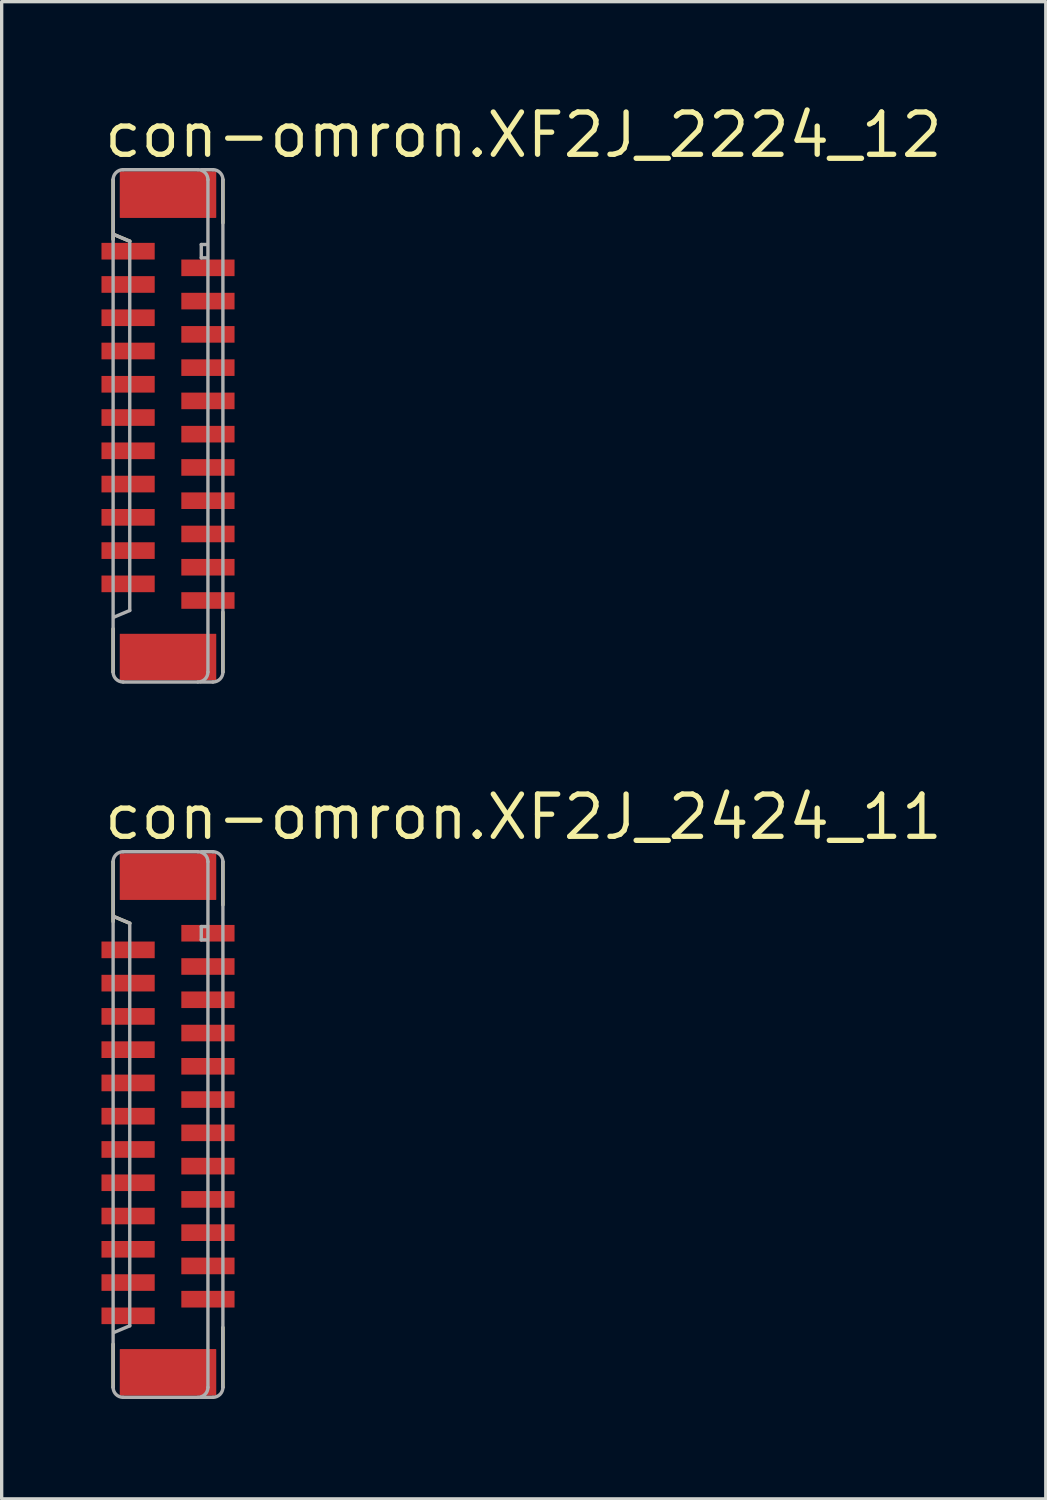
<source format=kicad_pcb>
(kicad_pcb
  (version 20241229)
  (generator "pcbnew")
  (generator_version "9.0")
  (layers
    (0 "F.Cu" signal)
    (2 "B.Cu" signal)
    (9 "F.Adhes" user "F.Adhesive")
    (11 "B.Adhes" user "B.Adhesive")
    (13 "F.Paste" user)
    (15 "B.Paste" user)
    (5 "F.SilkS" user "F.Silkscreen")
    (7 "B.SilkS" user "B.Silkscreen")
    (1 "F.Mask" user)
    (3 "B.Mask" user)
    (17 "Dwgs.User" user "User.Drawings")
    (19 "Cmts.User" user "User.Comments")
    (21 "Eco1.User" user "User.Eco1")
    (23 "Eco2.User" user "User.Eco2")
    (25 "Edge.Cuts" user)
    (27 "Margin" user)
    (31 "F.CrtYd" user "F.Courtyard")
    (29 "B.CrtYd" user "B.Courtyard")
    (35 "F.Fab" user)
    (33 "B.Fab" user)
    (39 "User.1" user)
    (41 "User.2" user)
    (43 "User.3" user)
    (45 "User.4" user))
  (footprint "con-omron.XF2J_2424_11"
    (layer "F.Cu")
    (at 2 30.751)
    (property "Reference" "con-omron.XF2J_2424_11" (at -2 -8.5 0) (layer "F.SilkS") (effects (font (size 1.27 1.27) (thickness 0.16)) (justify left bottom)))
    (attr smd)
    (fp_line (start -1.65 -7.9) (end -1.65 -6.1) (stroke (width 0.102) (type default)) (layer "F.SilkS"))
    (fp_line (start -1.65 6.6) (end -1.65 7.9) (stroke (width 0.102) (type default)) (layer "F.SilkS"))
    (fp_line (start -1.625 -6.25) (end -1.15 -6.05) (stroke (width 0.102) (type default)) (layer "F.SilkS"))
    (fp_line (start 1.65 -6.6) (end 1.65 -7.9) (stroke (width 0.102) (type default)) (layer "F.SilkS"))
    (fp_line (start 1.65 7.9) (end 1.65 6.1) (stroke (width 0.102) (type default)) (layer "F.SilkS"))
    (fp_line (start -1.65 -7.9) (end -1.65 7.9) (stroke (width 0.102) (type default)) (layer "F.Fab"))
    (fp_line (start -1.625 -6.25) (end -1.15 -6.05) (stroke (width 0.102) (type default)) (layer "F.Fab"))
    (fp_line (start -1.35 8.2) (end 0.9 8.2) (stroke (width 0.102) (type default)) (layer "F.Fab"))
    (fp_line (start -1.15 -6.05) (end -1.15 6.05) (stroke (width 0.102) (type default)) (layer "F.Fab"))
    (fp_line (start -1.15 6.05) (end -1.625 6.25) (stroke (width 0.102) (type default)) (layer "F.Fab"))
    (fp_line (start 0.9 -8.2) (end -1.35 -8.2) (stroke (width 0.102) (type default)) (layer "F.Fab"))
    (fp_line (start 0.975 8.2) (end 1.35 8.2) (stroke (width 0.102) (type default)) (layer "F.Fab"))
    (fp_line (start 1 -8.2) (end 1.35 -8.2) (stroke (width 0.102) (type default)) (layer "F.Fab"))
    (fp_line (start 1 -5.95) (end 1 -5.55) (stroke (width 0.102) (type default)) (layer "F.Fab"))
    (fp_line (start 1 -5.55) (end 1.15 -5.55) (stroke (width 0.102) (type default)) (layer "F.Fab"))
    (fp_line (start 1.15 -5.95) (end 1 -5.95) (stroke (width 0.102) (type default)) (layer "F.Fab"))
    (fp_line (start 1.2 7.9) (end 1.2 -7.9) (stroke (width 0.102) (type default)) (layer "F.Fab"))
    (fp_line (start 1.65 7.9) (end 1.65 -7.9) (stroke (width 0.102) (type default)) (layer "F.Fab"))
    (fp_arc (start -1.65 -7.9) (mid -1.562132 -8.112132) (end -1.35 -8.2) (stroke (width 0.1016) (type default)) (layer "F.Fab"))
    (fp_arc (start -1.35 8.2) (mid -1.562132 8.112132) (end -1.65 7.9) (stroke (width 0.1016) (type default)) (layer "F.Fab"))
    (fp_arc (start 0.9 -8.2) (mid 1.112132 -8.112132) (end 1.2 -7.9) (stroke (width 0.1016) (type default)) (layer "F.Fab"))
    (fp_arc (start 1.2 7.9) (mid 1.112132 8.112132) (end 0.9 8.2) (stroke (width 0.1016) (type default)) (layer "F.Fab"))
    (fp_arc (start 1.35 -8.2) (mid 1.562132 -8.112132) (end 1.65 -7.9) (stroke (width 0.1016) (type default)) (layer "F.Fab"))
    (fp_arc (start 1.65 7.9) (mid 1.562132 8.112132) (end 1.35 8.2) (stroke (width 0.1016) (type default)) (layer "F.Fab"))
    (pad "1" smd roundrect (at 1.2 -5.75 270) (size 0.5 1.6) (layers "F.Cu" "F.Mask" "F.Paste") (roundrect_rratio 0.01))
    (pad "2" smd roundrect (at -1.2 -5.25 90) (size 0.5 1.6) (layers "F.Cu" "F.Mask" "F.Paste") (roundrect_rratio 0.01))
    (pad "3" smd roundrect (at 1.2 -4.75 270) (size 0.5 1.6) (layers "F.Cu" "F.Mask" "F.Paste") (roundrect_rratio 0.01))
    (pad "4" smd roundrect (at -1.2 -4.25 90) (size 0.5 1.6) (layers "F.Cu" "F.Mask" "F.Paste") (roundrect_rratio 0.01))
    (pad "5" smd roundrect (at 1.2 -3.75 270) (size 0.5 1.6) (layers "F.Cu" "F.Mask" "F.Paste") (roundrect_rratio 0.01))
    (pad "6" smd roundrect (at -1.2 -3.25 90) (size 0.5 1.6) (layers "F.Cu" "F.Mask" "F.Paste") (roundrect_rratio 0.01))
    (pad "7" smd roundrect (at 1.2 -2.75 270) (size 0.5 1.6) (layers "F.Cu" "F.Mask" "F.Paste") (roundrect_rratio 0.01))
    (pad "8" smd roundrect (at -1.2 -2.25 90) (size 0.5 1.6) (layers "F.Cu" "F.Mask" "F.Paste") (roundrect_rratio 0.01))
    (pad "9" smd roundrect (at 1.2 -1.75 270) (size 0.5 1.6) (layers "F.Cu" "F.Mask" "F.Paste") (roundrect_rratio 0.01))
    (pad "10" smd roundrect (at -1.2 -1.25 90) (size 0.5 1.6) (layers "F.Cu" "F.Mask" "F.Paste") (roundrect_rratio 0.01))
    (pad "11" smd roundrect (at 1.2 -0.75 270) (size 0.5 1.6) (layers "F.Cu" "F.Mask" "F.Paste") (roundrect_rratio 0.01))
    (pad "12" smd roundrect (at -1.2 -0.25 90) (size 0.5 1.6) (layers "F.Cu" "F.Mask" "F.Paste") (roundrect_rratio 0.01))
    (pad "13" smd roundrect (at 1.2 0.25 270) (size 0.5 1.6) (layers "F.Cu" "F.Mask" "F.Paste") (roundrect_rratio 0.01))
    (pad "14" smd roundrect (at -1.2 0.75 90) (size 0.5 1.6) (layers "F.Cu" "F.Mask" "F.Paste") (roundrect_rratio 0.01))
    (pad "15" smd roundrect (at 1.2 1.25 270) (size 0.5 1.6) (layers "F.Cu" "F.Mask" "F.Paste") (roundrect_rratio 0.01))
    (pad "16" smd roundrect (at -1.2 1.75 90) (size 0.5 1.6) (layers "F.Cu" "F.Mask" "F.Paste") (roundrect_rratio 0.01))
    (pad "17" smd roundrect (at 1.2 2.25 270) (size 0.5 1.6) (layers "F.Cu" "F.Mask" "F.Paste") (roundrect_rratio 0.01))
    (pad "18" smd roundrect (at -1.2 2.75 90) (size 0.5 1.6) (layers "F.Cu" "F.Mask" "F.Paste") (roundrect_rratio 0.01))
    (pad "19" smd roundrect (at 1.2 3.25 270) (size 0.5 1.6) (layers "F.Cu" "F.Mask" "F.Paste") (roundrect_rratio 0.01))
    (pad "20" smd roundrect (at -1.2 3.75 90) (size 0.5 1.6) (layers "F.Cu" "F.Mask" "F.Paste") (roundrect_rratio 0.01))
    (pad "21" smd roundrect (at 1.2 4.25 270) (size 0.5 1.6) (layers "F.Cu" "F.Mask" "F.Paste") (roundrect_rratio 0.01))
    (pad "22" smd roundrect (at -1.2 4.75 90) (size 0.5 1.6) (layers "F.Cu" "F.Mask" "F.Paste") (roundrect_rratio 0.01))
    (pad "23" smd roundrect (at 1.2 5.25 270) (size 0.5 1.6) (layers "F.Cu" "F.Mask" "F.Paste") (roundrect_rratio 0.01))
    (pad "24" smd roundrect (at -1.2 5.75 90) (size 0.5 1.6) (layers "F.Cu" "F.Mask" "F.Paste") (roundrect_rratio 0.01))
    (pad "M1" smd roundrect (at 0 -7.45 270) (size 1.4 2.9) (layers "F.Cu" "F.Mask" "F.Paste") (roundrect_rratio 0.01))
    (pad "M2" smd roundrect (at 0 7.45 270) (size 1.4 2.9) (layers "F.Cu" "F.Mask" "F.Paste") (roundrect_rratio 0.01)))
  (footprint "con-omron.XF2J_2224_12"
    (layer "F.Cu")
    (at 2 9.75)
    (property "Reference" "con-omron.XF2J_2224_12" (at -2 -8 0) (layer "F.SilkS") (effects (font (size 1.27 1.27) (thickness 0.16)) (justify left bottom)))
    (attr smd)
    (fp_line (start -1.65 -7.4) (end -1.65 -5.6) (stroke (width 0.102) (type default)) (layer "F.SilkS"))
    (fp_line (start -1.65 6.1) (end -1.65 7.4) (stroke (width 0.102) (type default)) (layer "F.SilkS"))
    (fp_line (start -1.625 -5.75) (end -1.15 -5.55) (stroke (width 0.102) (type default)) (layer "F.SilkS"))
    (fp_line (start 1.65 -6.1) (end 1.65 -7.4) (stroke (width 0.102) (type default)) (layer "F.SilkS"))
    (fp_line (start 1.65 7.4) (end 1.65 5.6) (stroke (width 0.102) (type default)) (layer "F.SilkS"))
    (fp_line (start -1.65 -7.4) (end -1.65 7.4) (stroke (width 0.102) (type default)) (layer "F.Fab"))
    (fp_line (start -1.625 -5.75) (end -1.15 -5.55) (stroke (width 0.102) (type default)) (layer "F.Fab"))
    (fp_line (start -1.35 7.7) (end 0.9 7.7) (stroke (width 0.102) (type default)) (layer "F.Fab"))
    (fp_line (start -1.15 -5.55) (end -1.15 5.55) (stroke (width 0.102) (type default)) (layer "F.Fab"))
    (fp_line (start -1.15 5.55) (end -1.625 5.75) (stroke (width 0.102) (type default)) (layer "F.Fab"))
    (fp_line (start 0.9 -7.7) (end -1.35 -7.7) (stroke (width 0.102) (type default)) (layer "F.Fab"))
    (fp_line (start 0.975 7.7) (end 1.35 7.7) (stroke (width 0.102) (type default)) (layer "F.Fab"))
    (fp_line (start 1 -7.7) (end 1.35 -7.7) (stroke (width 0.102) (type default)) (layer "F.Fab"))
    (fp_line (start 1 -5.45) (end 1 -5.05) (stroke (width 0.102) (type default)) (layer "F.Fab"))
    (fp_line (start 1 -5.05) (end 1.15 -5.05) (stroke (width 0.102) (type default)) (layer "F.Fab"))
    (fp_line (start 1.15 -5.45) (end 1 -5.45) (stroke (width 0.102) (type default)) (layer "F.Fab"))
    (fp_line (start 1.2 7.4) (end 1.2 -7.4) (stroke (width 0.102) (type default)) (layer "F.Fab"))
    (fp_line (start 1.65 7.4) (end 1.65 -7.4) (stroke (width 0.102) (type default)) (layer "F.Fab"))
    (fp_arc (start -1.65 -7.4) (mid -1.562132 -7.612132) (end -1.35 -7.7) (stroke (width 0.1016) (type default)) (layer "F.Fab"))
    (fp_arc (start -1.35 7.7) (mid -1.562132 7.612132) (end -1.65 7.4) (stroke (width 0.1016) (type default)) (layer "F.Fab"))
    (fp_arc (start 0.9 -7.7) (mid 1.112132 -7.612132) (end 1.2 -7.4) (stroke (width 0.1016) (type default)) (layer "F.Fab"))
    (fp_arc (start 1.2 7.4) (mid 1.112132 7.612132) (end 0.9 7.7) (stroke (width 0.1016) (type default)) (layer "F.Fab"))
    (fp_arc (start 1.35 -7.7) (mid 1.562132 -7.612132) (end 1.65 -7.4) (stroke (width 0.1016) (type default)) (layer "F.Fab"))
    (fp_arc (start 1.65 7.4) (mid 1.562132 7.612132) (end 1.35 7.7) (stroke (width 0.1016) (type default)) (layer "F.Fab"))
    (pad "1" smd roundrect (at -1.2 -5.25 270) (size 0.5 1.6) (layers "F.Cu" "F.Mask" "F.Paste") (roundrect_rratio 0.01))
    (pad "2" smd roundrect (at 1.2 -4.75 90) (size 0.5 1.6) (layers "F.Cu" "F.Mask" "F.Paste") (roundrect_rratio 0.01))
    (pad "3" smd roundrect (at -1.2 -4.25 270) (size 0.5 1.6) (layers "F.Cu" "F.Mask" "F.Paste") (roundrect_rratio 0.01))
    (pad "4" smd roundrect (at 1.2 -3.75 90) (size 0.5 1.6) (layers "F.Cu" "F.Mask" "F.Paste") (roundrect_rratio 0.01))
    (pad "5" smd roundrect (at -1.2 -3.25 270) (size 0.5 1.6) (layers "F.Cu" "F.Mask" "F.Paste") (roundrect_rratio 0.01))
    (pad "6" smd roundrect (at 1.2 -2.75 90) (size 0.5 1.6) (layers "F.Cu" "F.Mask" "F.Paste") (roundrect_rratio 0.01))
    (pad "7" smd roundrect (at -1.2 -2.25 270) (size 0.5 1.6) (layers "F.Cu" "F.Mask" "F.Paste") (roundrect_rratio 0.01))
    (pad "8" smd roundrect (at 1.2 -1.75 90) (size 0.5 1.6) (layers "F.Cu" "F.Mask" "F.Paste") (roundrect_rratio 0.01))
    (pad "9" smd roundrect (at -1.2 -1.25 270) (size 0.5 1.6) (layers "F.Cu" "F.Mask" "F.Paste") (roundrect_rratio 0.01))
    (pad "10" smd roundrect (at 1.2 -0.75 90) (size 0.5 1.6) (layers "F.Cu" "F.Mask" "F.Paste") (roundrect_rratio 0.01))
    (pad "11" smd roundrect (at -1.2 -0.25 270) (size 0.5 1.6) (layers "F.Cu" "F.Mask" "F.Paste") (roundrect_rratio 0.01))
    (pad "12" smd roundrect (at 1.2 0.25 90) (size 0.5 1.6) (layers "F.Cu" "F.Mask" "F.Paste") (roundrect_rratio 0.01))
    (pad "13" smd roundrect (at -1.2 0.75 270) (size 0.5 1.6) (layers "F.Cu" "F.Mask" "F.Paste") (roundrect_rratio 0.01))
    (pad "14" smd roundrect (at 1.2 1.25 90) (size 0.5 1.6) (layers "F.Cu" "F.Mask" "F.Paste") (roundrect_rratio 0.01))
    (pad "15" smd roundrect (at -1.2 1.75 270) (size 0.5 1.6) (layers "F.Cu" "F.Mask" "F.Paste") (roundrect_rratio 0.01))
    (pad "16" smd roundrect (at 1.2 2.25 90) (size 0.5 1.6) (layers "F.Cu" "F.Mask" "F.Paste") (roundrect_rratio 0.01))
    (pad "17" smd roundrect (at -1.2 2.75 270) (size 0.5 1.6) (layers "F.Cu" "F.Mask" "F.Paste") (roundrect_rratio 0.01))
    (pad "18" smd roundrect (at 1.2 3.25 90) (size 0.5 1.6) (layers "F.Cu" "F.Mask" "F.Paste") (roundrect_rratio 0.01))
    (pad "19" smd roundrect (at -1.2 3.75 270) (size 0.5 1.6) (layers "F.Cu" "F.Mask" "F.Paste") (roundrect_rratio 0.01))
    (pad "20" smd roundrect (at 1.2 4.25 90) (size 0.5 1.6) (layers "F.Cu" "F.Mask" "F.Paste") (roundrect_rratio 0.01))
    (pad "21" smd roundrect (at -1.2 4.75 270) (size 0.5 1.6) (layers "F.Cu" "F.Mask" "F.Paste") (roundrect_rratio 0.01))
    (pad "22" smd roundrect (at 1.2 5.25 90) (size 0.5 1.6) (layers "F.Cu" "F.Mask" "F.Paste") (roundrect_rratio 0.01))
    (pad "M1" smd roundrect (at 0 -6.95 270) (size 1.4 2.9) (layers "F.Cu" "F.Mask" "F.Paste") (roundrect_rratio 0.01))
    (pad "M2" smd roundrect (at 0 6.95 270) (size 1.4 2.9) (layers "F.Cu" "F.Mask" "F.Paste") (roundrect_rratio 0.01)))
  (gr_rect
    (start -3 -3)
    (end 28.384 42.002)
    (stroke (width 0.1) (type default))
    (fill no)
    (layer "Edge.Cuts")))
</source>
